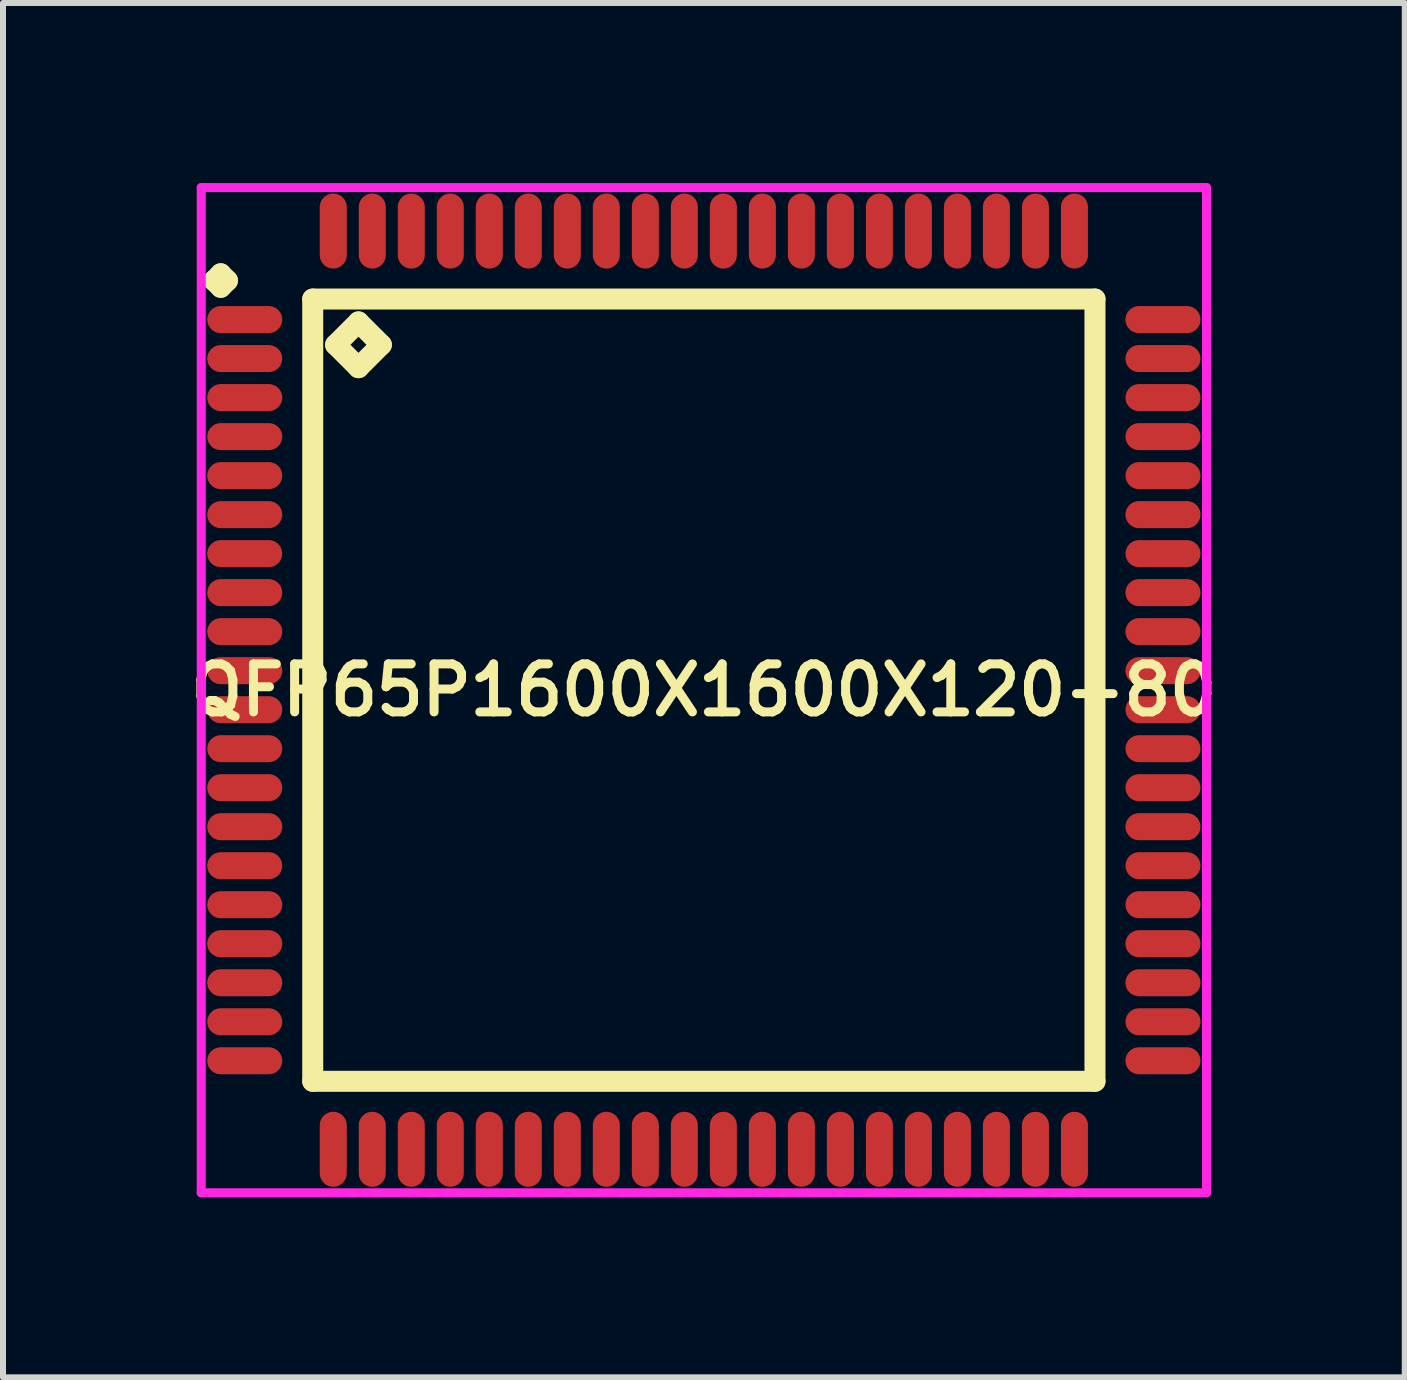
<source format=kicad_pcb>
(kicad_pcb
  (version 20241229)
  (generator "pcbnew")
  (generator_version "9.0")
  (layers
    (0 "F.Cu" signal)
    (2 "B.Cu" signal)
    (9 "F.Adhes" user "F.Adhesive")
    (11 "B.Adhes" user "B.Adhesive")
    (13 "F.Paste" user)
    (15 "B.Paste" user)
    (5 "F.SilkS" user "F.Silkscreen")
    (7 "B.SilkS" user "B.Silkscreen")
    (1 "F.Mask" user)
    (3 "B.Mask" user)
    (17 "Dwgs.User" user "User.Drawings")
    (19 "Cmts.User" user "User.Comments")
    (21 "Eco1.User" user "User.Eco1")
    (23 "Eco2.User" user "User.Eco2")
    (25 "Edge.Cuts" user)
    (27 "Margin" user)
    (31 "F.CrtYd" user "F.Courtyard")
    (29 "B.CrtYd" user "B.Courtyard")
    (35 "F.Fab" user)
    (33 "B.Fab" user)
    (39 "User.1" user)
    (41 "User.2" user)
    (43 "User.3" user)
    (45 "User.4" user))
  (footprint "QFP65P1600X1600X120-80"
    (layer "F.Cu")
    (at 8.678 8.45)
    (property "Reference" "QFP65P1600X1600X120-80" (at 0 0 0) (layer "F.SilkS") (effects (font (size 0.8 0.8) (thickness 0.15))))
    (attr through_hole)
    (fp_line (start -8.162 -6.825) (end -8.05 -6.938) (stroke (width 0.35) (type solid)) (layer "F.SilkS"))
    (fp_line (start -8.05 -6.938) (end -7.938 -6.825) (stroke (width 0.35) (type solid)) (layer "F.SilkS"))
    (fp_line (start -8.05 -6.713) (end -8.162 -6.825) (stroke (width 0.35) (type solid)) (layer "F.SilkS"))
    (fp_line (start -7.938 -6.825) (end -8.05 -6.713) (stroke (width 0.35) (type solid)) (layer "F.SilkS"))
    (fp_line (start -6.517 -6.517) (end -6.517 6.517) (stroke (width 0.35) (type solid)) (layer "F.SilkS"))
    (fp_line (start -6.517 6.517) (end 6.517 6.517) (stroke (width 0.35) (type solid)) (layer "F.SilkS"))
    (fp_line (start -6.136 -5.755) (end -5.755 -6.136) (stroke (width 0.35) (type solid)) (layer "F.SilkS"))
    (fp_line (start -5.755 -6.136) (end -5.374 -5.755) (stroke (width 0.35) (type solid)) (layer "F.SilkS"))
    (fp_line (start -5.755 -5.374) (end -6.136 -5.755) (stroke (width 0.35) (type solid)) (layer "F.SilkS"))
    (fp_line (start -5.374 -5.755) (end -5.755 -5.374) (stroke (width 0.35) (type solid)) (layer "F.SilkS"))
    (fp_line (start 6.517 -6.517) (end -6.517 -6.517) (stroke (width 0.35) (type solid)) (layer "F.SilkS"))
    (fp_line (start 6.517 6.517) (end 6.517 -6.517) (stroke (width 0.35) (type solid)) (layer "F.SilkS"))
    (fp_line (start -8.375 -8.375) (end 8.375 -8.375) (stroke (width 0.15) (type solid)) (layer "F.CrtYd"))
    (fp_line (start -8.375 8.375) (end -8.375 -8.375) (stroke (width 0.15) (type solid)) (layer "F.CrtYd"))
    (fp_line (start 8.375 -8.375) (end 8.375 8.375) (stroke (width 0.15) (type solid)) (layer "F.CrtYd"))
    (fp_line (start 8.375 8.375) (end -8.375 8.375) (stroke (width 0.15) (type solid)) (layer "F.CrtYd"))
    (pad "1" smd oval (at -7.65 -6.175) (size 1.25 0.45) (layers "F.Cu" "F.Mask" "F.Paste"))
    (pad "2" smd oval (at -7.65 -5.525) (size 1.25 0.45) (layers "F.Cu" "F.Mask" "F.Paste"))
    (pad "3" smd oval (at -7.65 -4.875) (size 1.25 0.45) (layers "F.Cu" "F.Mask" "F.Paste"))
    (pad "4" smd oval (at -7.65 -4.225) (size 1.25 0.45) (layers "F.Cu" "F.Mask" "F.Paste"))
    (pad "5" smd oval (at -7.65 -3.575) (size 1.25 0.45) (layers "F.Cu" "F.Mask" "F.Paste"))
    (pad "6" smd oval (at -7.65 -2.925) (size 1.25 0.45) (layers "F.Cu" "F.Mask" "F.Paste"))
    (pad "7" smd oval (at -7.65 -2.275) (size 1.25 0.45) (layers "F.Cu" "F.Mask" "F.Paste"))
    (pad "8" smd oval (at -7.65 -1.625) (size 1.25 0.45) (layers "F.Cu" "F.Mask" "F.Paste"))
    (pad "9" smd oval (at -7.65 -0.975) (size 1.25 0.45) (layers "F.Cu" "F.Mask" "F.Paste"))
    (pad "10" smd oval (at -7.65 -0.325) (size 1.25 0.45) (layers "F.Cu" "F.Mask" "F.Paste"))
    (pad "11" smd oval (at -7.65 0.325) (size 1.25 0.45) (layers "F.Cu" "F.Mask" "F.Paste"))
    (pad "12" smd oval (at -7.65 0.975) (size 1.25 0.45) (layers "F.Cu" "F.Mask" "F.Paste"))
    (pad "13" smd oval (at -7.65 1.625) (size 1.25 0.45) (layers "F.Cu" "F.Mask" "F.Paste"))
    (pad "14" smd oval (at -7.65 2.275) (size 1.25 0.45) (layers "F.Cu" "F.Mask" "F.Paste"))
    (pad "15" smd oval (at -7.65 2.925) (size 1.25 0.45) (layers "F.Cu" "F.Mask" "F.Paste"))
    (pad "16" smd oval (at -7.65 3.575) (size 1.25 0.45) (layers "F.Cu" "F.Mask" "F.Paste"))
    (pad "17" smd oval (at -7.65 4.225) (size 1.25 0.45) (layers "F.Cu" "F.Mask" "F.Paste"))
    (pad "18" smd oval (at -7.65 4.875) (size 1.25 0.45) (layers "F.Cu" "F.Mask" "F.Paste"))
    (pad "19" smd oval (at -7.65 5.525) (size 1.25 0.45) (layers "F.Cu" "F.Mask" "F.Paste"))
    (pad "20" smd oval (at -7.65 6.175) (size 1.25 0.45) (layers "F.Cu" "F.Mask" "F.Paste"))
    (pad "21" smd oval (at -6.175 7.65) (size 0.45 1.25) (layers "F.Cu" "F.Mask" "F.Paste"))
    (pad "22" smd oval (at -5.525 7.65) (size 0.45 1.25) (layers "F.Cu" "F.Mask" "F.Paste"))
    (pad "23" smd oval (at -4.875 7.65) (size 0.45 1.25) (layers "F.Cu" "F.Mask" "F.Paste"))
    (pad "24" smd oval (at -4.225 7.65) (size 0.45 1.25) (layers "F.Cu" "F.Mask" "F.Paste"))
    (pad "25" smd oval (at -3.575 7.65) (size 0.45 1.25) (layers "F.Cu" "F.Mask" "F.Paste"))
    (pad "26" smd oval (at -2.925 7.65) (size 0.45 1.25) (layers "F.Cu" "F.Mask" "F.Paste"))
    (pad "27" smd oval (at -2.275 7.65) (size 0.45 1.25) (layers "F.Cu" "F.Mask" "F.Paste"))
    (pad "28" smd oval (at -1.625 7.65) (size 0.45 1.25) (layers "F.Cu" "F.Mask" "F.Paste"))
    (pad "29" smd oval (at -0.975 7.65) (size 0.45 1.25) (layers "F.Cu" "F.Mask" "F.Paste"))
    (pad "30" smd oval (at -0.325 7.65) (size 0.45 1.25) (layers "F.Cu" "F.Mask" "F.Paste"))
    (pad "31" smd oval (at 0.325 7.65) (size 0.45 1.25) (layers "F.Cu" "F.Mask" "F.Paste"))
    (pad "32" smd oval (at 0.975 7.65) (size 0.45 1.25) (layers "F.Cu" "F.Mask" "F.Paste"))
    (pad "33" smd oval (at 1.625 7.65) (size 0.45 1.25) (layers "F.Cu" "F.Mask" "F.Paste"))
    (pad "34" smd oval (at 2.275 7.65) (size 0.45 1.25) (layers "F.Cu" "F.Mask" "F.Paste"))
    (pad "35" smd oval (at 2.925 7.65) (size 0.45 1.25) (layers "F.Cu" "F.Mask" "F.Paste"))
    (pad "36" smd oval (at 3.575 7.65) (size 0.45 1.25) (layers "F.Cu" "F.Mask" "F.Paste"))
    (pad "37" smd oval (at 4.225 7.65) (size 0.45 1.25) (layers "F.Cu" "F.Mask" "F.Paste"))
    (pad "38" smd oval (at 4.875 7.65) (size 0.45 1.25) (layers "F.Cu" "F.Mask" "F.Paste"))
    (pad "39" smd oval (at 5.525 7.65) (size 0.45 1.25) (layers "F.Cu" "F.Mask" "F.Paste"))
    (pad "40" smd oval (at 6.175 7.65) (size 0.45 1.25) (layers "F.Cu" "F.Mask" "F.Paste"))
    (pad "41" smd oval (at 7.65 6.175) (size 1.25 0.45) (layers "F.Cu" "F.Mask" "F.Paste"))
    (pad "42" smd oval (at 7.65 5.525) (size 1.25 0.45) (layers "F.Cu" "F.Mask" "F.Paste"))
    (pad "43" smd oval (at 7.65 4.875) (size 1.25 0.45) (layers "F.Cu" "F.Mask" "F.Paste"))
    (pad "44" smd oval (at 7.65 4.225) (size 1.25 0.45) (layers "F.Cu" "F.Mask" "F.Paste"))
    (pad "45" smd oval (at 7.65 3.575) (size 1.25 0.45) (layers "F.Cu" "F.Mask" "F.Paste"))
    (pad "46" smd oval (at 7.65 2.925) (size 1.25 0.45) (layers "F.Cu" "F.Mask" "F.Paste"))
    (pad "47" smd oval (at 7.65 2.275) (size 1.25 0.45) (layers "F.Cu" "F.Mask" "F.Paste"))
    (pad "48" smd oval (at 7.65 1.625) (size 1.25 0.45) (layers "F.Cu" "F.Mask" "F.Paste"))
    (pad "49" smd oval (at 7.65 0.975) (size 1.25 0.45) (layers "F.Cu" "F.Mask" "F.Paste"))
    (pad "50" smd oval (at 7.65 0.325) (size 1.25 0.45) (layers "F.Cu" "F.Mask" "F.Paste"))
    (pad "51" smd oval (at 7.65 -0.325) (size 1.25 0.45) (layers "F.Cu" "F.Mask" "F.Paste"))
    (pad "52" smd oval (at 7.65 -0.975) (size 1.25 0.45) (layers "F.Cu" "F.Mask" "F.Paste"))
    (pad "53" smd oval (at 7.65 -1.625) (size 1.25 0.45) (layers "F.Cu" "F.Mask" "F.Paste"))
    (pad "54" smd oval (at 7.65 -2.275) (size 1.25 0.45) (layers "F.Cu" "F.Mask" "F.Paste"))
    (pad "55" smd oval (at 7.65 -2.925) (size 1.25 0.45) (layers "F.Cu" "F.Mask" "F.Paste"))
    (pad "56" smd oval (at 7.65 -3.575) (size 1.25 0.45) (layers "F.Cu" "F.Mask" "F.Paste"))
    (pad "57" smd oval (at 7.65 -4.225) (size 1.25 0.45) (layers "F.Cu" "F.Mask" "F.Paste"))
    (pad "58" smd oval (at 7.65 -4.875) (size 1.25 0.45) (layers "F.Cu" "F.Mask" "F.Paste"))
    (pad "59" smd oval (at 7.65 -5.525) (size 1.25 0.45) (layers "F.Cu" "F.Mask" "F.Paste"))
    (pad "60" smd oval (at 7.65 -6.175) (size 1.25 0.45) (layers "F.Cu" "F.Mask" "F.Paste"))
    (pad "61" smd oval (at 6.175 -7.65) (size 0.45 1.25) (layers "F.Cu" "F.Mask" "F.Paste"))
    (pad "62" smd oval (at 5.525 -7.65) (size 0.45 1.25) (layers "F.Cu" "F.Mask" "F.Paste"))
    (pad "63" smd oval (at 4.875 -7.65) (size 0.45 1.25) (layers "F.Cu" "F.Mask" "F.Paste"))
    (pad "64" smd oval (at 4.225 -7.65) (size 0.45 1.25) (layers "F.Cu" "F.Mask" "F.Paste"))
    (pad "65" smd oval (at 3.575 -7.65) (size 0.45 1.25) (layers "F.Cu" "F.Mask" "F.Paste"))
    (pad "66" smd oval (at 2.925 -7.65) (size 0.45 1.25) (layers "F.Cu" "F.Mask" "F.Paste"))
    (pad "67" smd oval (at 2.275 -7.65) (size 0.45 1.25) (layers "F.Cu" "F.Mask" "F.Paste"))
    (pad "68" smd oval (at 1.625 -7.65) (size 0.45 1.25) (layers "F.Cu" "F.Mask" "F.Paste"))
    (pad "69" smd oval (at 0.975 -7.65) (size 0.45 1.25) (layers "F.Cu" "F.Mask" "F.Paste"))
    (pad "70" smd oval (at 0.325 -7.65) (size 0.45 1.25) (layers "F.Cu" "F.Mask" "F.Paste"))
    (pad "71" smd oval (at -0.325 -7.65) (size 0.45 1.25) (layers "F.Cu" "F.Mask" "F.Paste"))
    (pad "72" smd oval (at -0.975 -7.65) (size 0.45 1.25) (layers "F.Cu" "F.Mask" "F.Paste"))
    (pad "73" smd oval (at -1.625 -7.65) (size 0.45 1.25) (layers "F.Cu" "F.Mask" "F.Paste"))
    (pad "74" smd oval (at -2.275 -7.65) (size 0.45 1.25) (layers "F.Cu" "F.Mask" "F.Paste"))
    (pad "75" smd oval (at -2.925 -7.65) (size 0.45 1.25) (layers "F.Cu" "F.Mask" "F.Paste"))
    (pad "76" smd oval (at -3.575 -7.65) (size 0.45 1.25) (layers "F.Cu" "F.Mask" "F.Paste"))
    (pad "77" smd oval (at -4.225 -7.65) (size 0.45 1.25) (layers "F.Cu" "F.Mask" "F.Paste"))
    (pad "78" smd oval (at -4.875 -7.65) (size 0.45 1.25) (layers "F.Cu" "F.Mask" "F.Paste"))
    (pad "79" smd oval (at -5.525 -7.65) (size 0.45 1.25) (layers "F.Cu" "F.Mask" "F.Paste"))
    (pad "80" smd oval (at -6.175 -7.65) (size 0.45 1.25) (layers "F.Cu" "F.Mask" "F.Paste")))
  (gr_rect
    (start -3 -3)
    (end 20.357 19.9)
    (stroke (width 0.1) (type default))
    (fill no)
    (layer "Edge.Cuts")))
</source>
